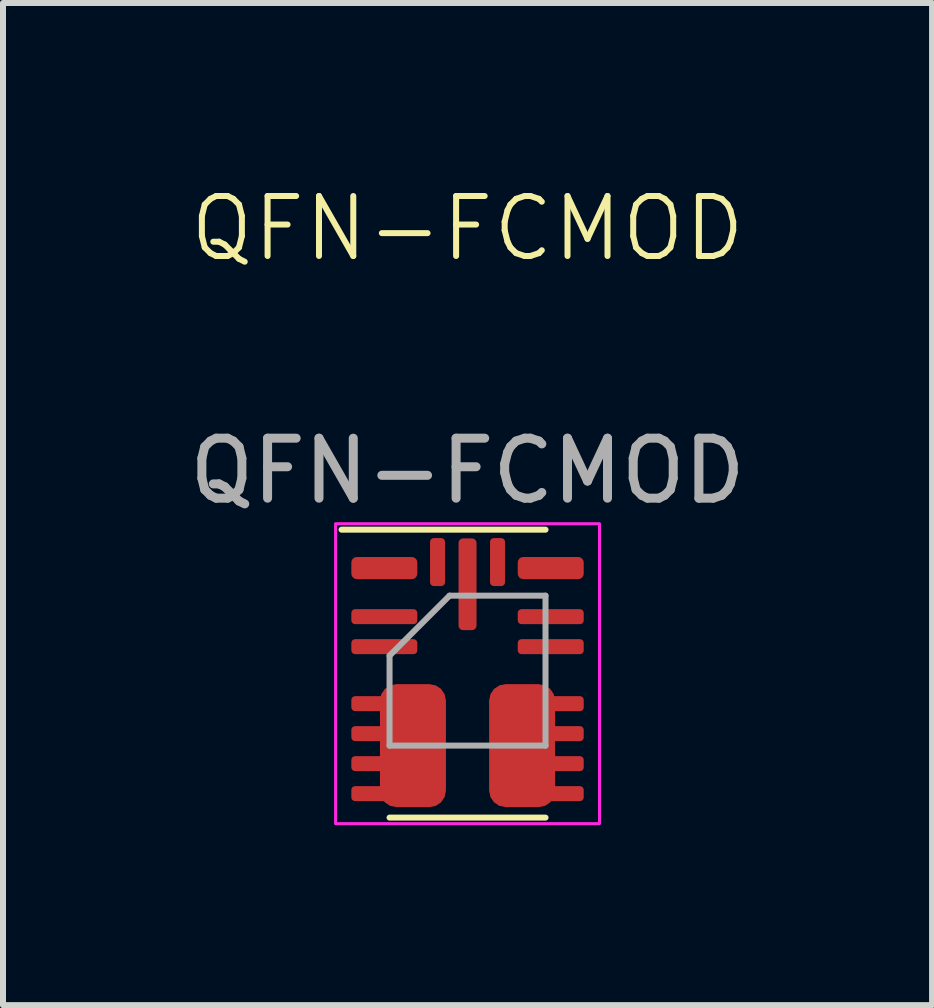
<source format=kicad_pcb>
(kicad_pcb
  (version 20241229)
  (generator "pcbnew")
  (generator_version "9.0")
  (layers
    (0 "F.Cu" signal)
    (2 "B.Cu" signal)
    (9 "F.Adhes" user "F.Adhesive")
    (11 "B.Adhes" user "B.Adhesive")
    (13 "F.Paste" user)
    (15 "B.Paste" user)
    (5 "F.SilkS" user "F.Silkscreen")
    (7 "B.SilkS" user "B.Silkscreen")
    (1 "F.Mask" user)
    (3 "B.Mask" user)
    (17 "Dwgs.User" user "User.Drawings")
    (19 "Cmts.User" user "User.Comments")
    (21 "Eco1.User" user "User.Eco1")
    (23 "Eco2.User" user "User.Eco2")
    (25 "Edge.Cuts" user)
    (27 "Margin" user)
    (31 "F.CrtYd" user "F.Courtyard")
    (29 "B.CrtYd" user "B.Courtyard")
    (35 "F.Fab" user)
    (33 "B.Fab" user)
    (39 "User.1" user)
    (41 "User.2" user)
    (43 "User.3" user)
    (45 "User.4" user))
  (footprint "QFN-FCMOD"
    (layer "F.Cu")
    (at 4.744 8.38)
    (property "Reference" "QFN-FCMOD" (at 0 -7.62 0) (unlocked yes) (layer "F.SilkS") (effects (font (size 1 1) (thickness 0.1))))
    (attr smd)
    (fp_line (start -2.1 -2.6) (end 1.3 -2.6) (stroke (width 0.1) (type default)) (layer "F.SilkS"))
    (fp_line (start -1.3 2.2) (end 1.3 2.2) (stroke (width 0.1) (type default)) (layer "F.SilkS"))
    (fp_rect (start -2.2 -2.7) (end 2.2 2.3) (stroke (width 0.05) (type default)) (fill no) (layer "F.CrtYd"))
    (fp_line (start -1.3 1) (end -1.3 -0.5) (stroke (width 0.1) (type default)) (layer "F.Fab"))
    (fp_line (start -0.3 -1.5) (end -1.3 -0.5) (stroke (width 0.1) (type default)) (layer "F.Fab"))
    (fp_line (start -0.3 -1.5) (end 1.3 -1.5) (stroke (width 0.1) (type default)) (layer "F.Fab"))
    (fp_line (start 1.3 -1.5) (end 1.3 1) (stroke (width 0.1) (type default)) (layer "F.Fab"))
    (fp_line (start 1.3 1) (end -1.3 1) (stroke (width 0.1) (type default)) (layer "F.Fab"))
    (fp_text user "${REFERENCE}" (at 0 -3.58 0) (unlocked yes) (layer "F.Fab") (effects (font (size 1 1) (thickness 0.15))))
    (pad "1" smd roundrect (at -1.387 -1.96) (size 1.1 0.37) (layers "F.Cu" "F.Mask" "F.Paste") (roundrect_rratio 0.25))
    (pad "2" smd roundrect (at -1.387 -1.15) (size 1.1 0.25) (layers "F.Cu" "F.Mask" "F.Paste") (roundrect_rratio 0.25))
    (pad "3" smd roundrect (at -1.387 -0.65) (size 1.1 0.25) (layers "F.Cu" "F.Mask" "F.Paste") (roundrect_rratio 0.25))
    (pad "4" smd roundrect (at -1.387 0.3) (size 1.1 0.25) (layers "F.Cu" "F.Mask" "F.Paste") (roundrect_rratio 0.25))
    (pad "4" smd roundrect (at -1.387 0.8) (size 1.1 0.25) (layers "F.Cu" "F.Mask" "F.Paste") (roundrect_rratio 0.25))
    (pad "4" smd roundrect (at -1.387 1.3) (size 1.1 0.25) (layers "F.Cu" "F.Mask" "F.Paste") (roundrect_rratio 0.25))
    (pad "4" smd roundrect (at -1.387 1.8) (size 1.1 0.25) (layers "F.Cu" "F.Mask" "F.Paste") (roundrect_rratio 0.25))
    (pad "4" smd roundrect (at -0.91 1) (size 1.1 2.05) (layers "F.Cu" "F.Mask" "F.Paste") (roundrect_rratio 0.25))
    (pad "5" smd roundrect (at 0.91 1) (size 1.1 2.05) (layers "F.Cu" "F.Mask" "F.Paste") (roundrect_rratio 0.25))
    (pad "5" smd roundrect (at 1.387 0.3) (size 1.1 0.25) (layers "F.Cu" "F.Mask" "F.Paste") (roundrect_rratio 0.25))
    (pad "5" smd roundrect (at 1.387 0.8) (size 1.1 0.25) (layers "F.Cu" "F.Mask" "F.Paste") (roundrect_rratio 0.25))
    (pad "5" smd roundrect (at 1.387 1.3) (size 1.1 0.25) (layers "F.Cu" "F.Mask" "F.Paste") (roundrect_rratio 0.25))
    (pad "5" smd roundrect (at 1.387 1.8) (size 1.1 0.25) (layers "F.Cu" "F.Mask" "F.Paste") (roundrect_rratio 0.25))
    (pad "6" smd roundrect (at 1.387 -0.65) (size 1.1 0.25) (layers "F.Cu" "F.Mask" "F.Paste") (roundrect_rratio 0.25))
    (pad "7" smd roundrect (at 1.387 -1.15) (size 1.1 0.25) (layers "F.Cu" "F.Mask" "F.Paste") (roundrect_rratio 0.25))
    (pad "8" smd roundrect (at 1.387 -1.96) (size 1.1 0.37) (layers "F.Cu" "F.Mask" "F.Paste") (roundrect_rratio 0.25))
    (pad "9" smd roundrect (at 0.5 -2.06) (size 0.25 0.8) (layers "F.Cu" "F.Mask" "F.Paste") (roundrect_rratio 0.25))
    (pad "10" smd roundrect (at 0 -1.69) (size 0.3 1.53) (layers "F.Cu" "F.Mask" "F.Paste") (roundrect_rratio 0.25))
    (pad "11" smd roundrect (at -0.5 -2.06) (size 0.25 0.8) (layers "F.Cu" "F.Mask" "F.Paste") (roundrect_rratio 0.25)))
  (gr_rect
    (start -3 -3)
    (end 12.488 13.706)
    (stroke (width 0.1) (type default))
    (fill no)
    (layer "Edge.Cuts")))
</source>
